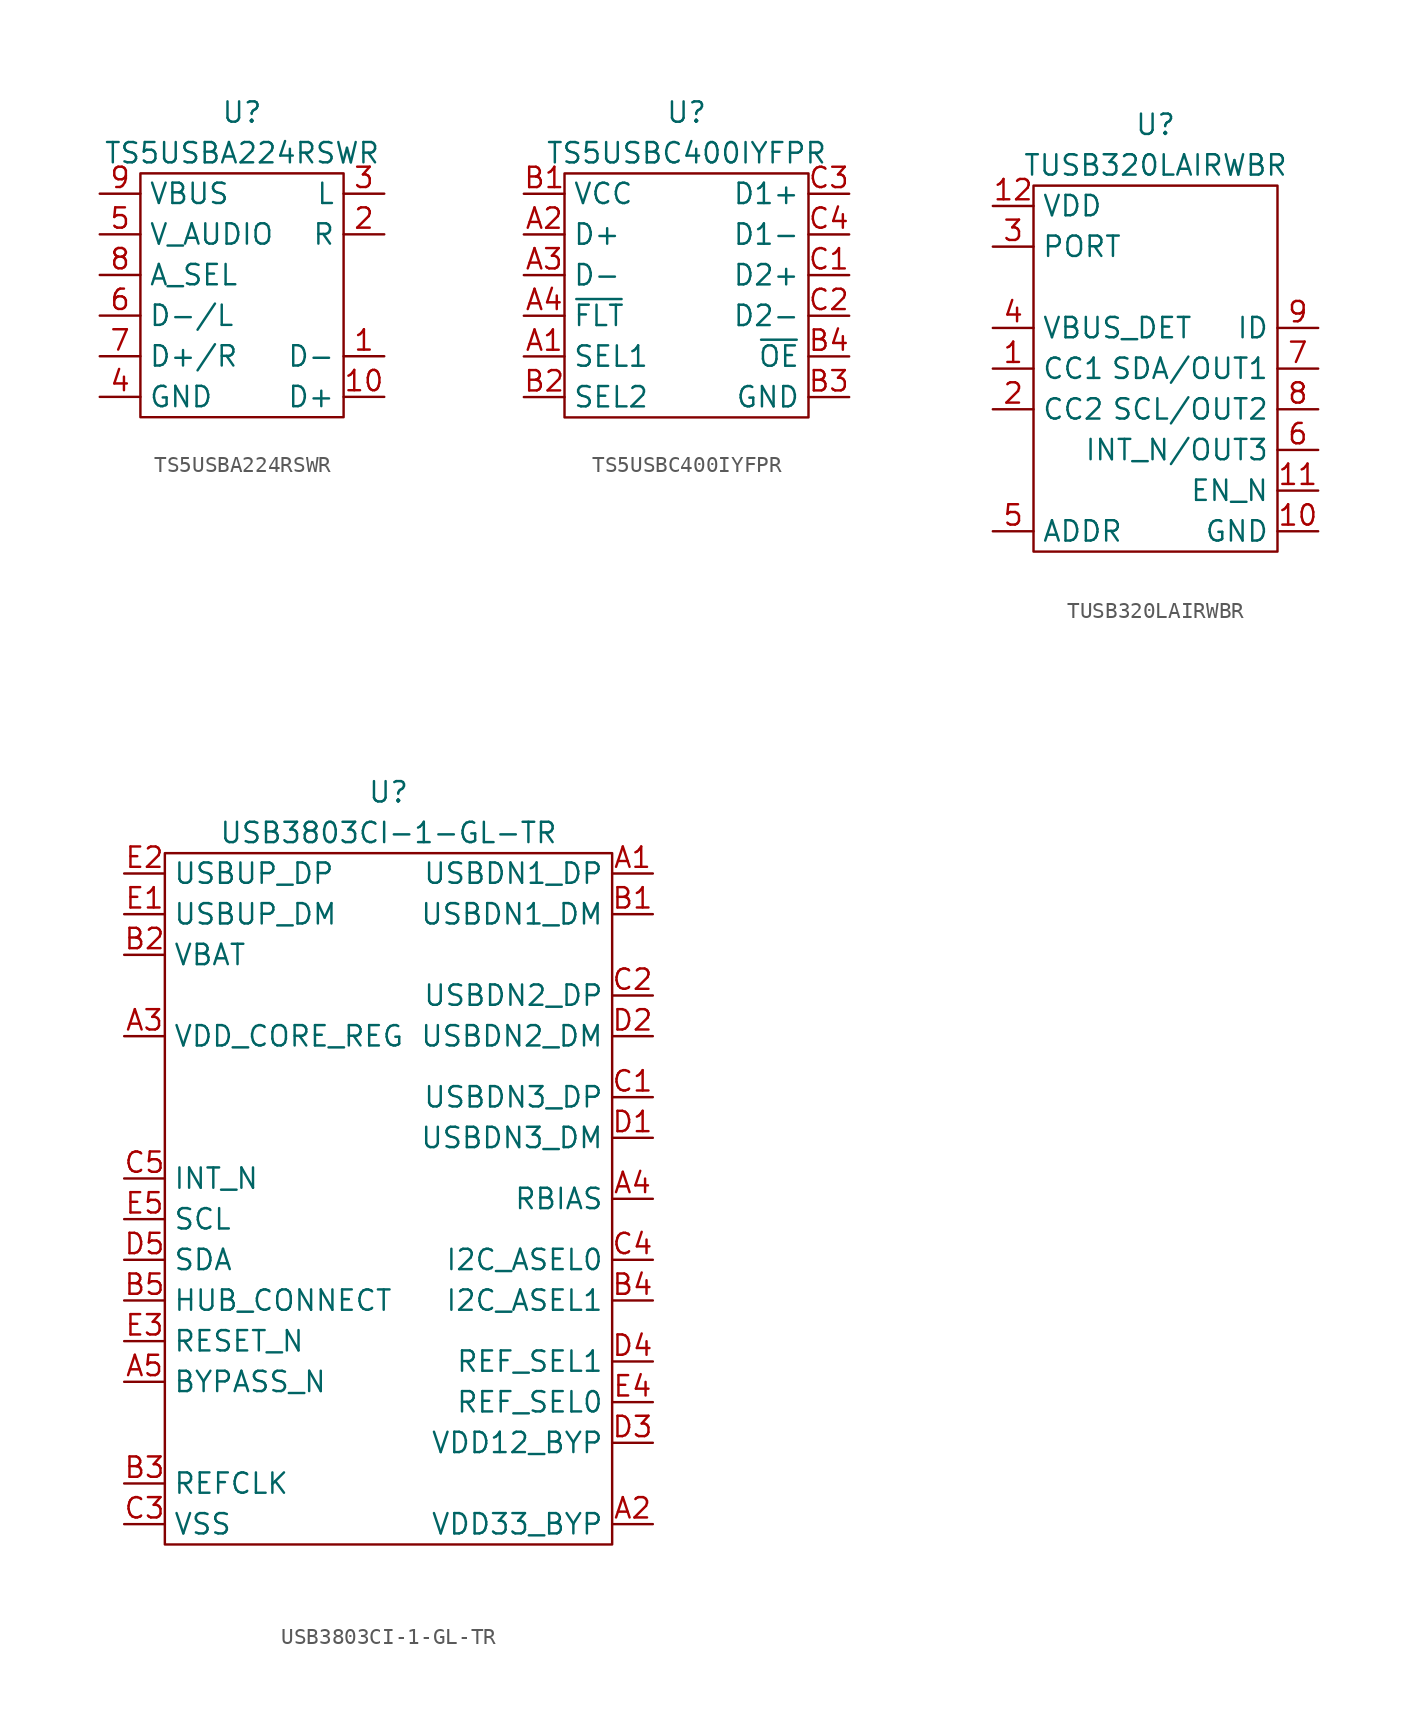
<source format=kicad_sym>
(kicad_symbol_lib
  (version 20220914)
  (generator kicad_symbol_editor)
  (symbol "TS5USBA224RSWR"
    (property "Reference" "U"
      (at 0 11.43 0)
      (effects (font (size 1.27 1.27))))
    (property "Value" "TS5USBA224RSWR"
      (at 0 8.89 0)
      (effects (font (size 1.27 1.27))))
    (symbol "TS5USBA224RSWR_0_0"
      (pin passive line (at 8.89 -3.81 180) (length 2.54) (name "D-" (effects (font (size 1.27 1.27)))) (number "1" (effects (font (size 1.27 1.27)))))
      (pin passive line (at 8.89 -6.35 180) (length 2.54) (name "D+" (effects (font (size 1.27 1.27)))) (number "10" (effects (font (size 1.27 1.27)))))
      (pin passive line (at 8.89 3.81 180) (length 2.54) (name "R" (effects (font (size 1.27 1.27)))) (number "2" (effects (font (size 1.27 1.27)))))
      (pin passive line (at 8.89 6.35 180) (length 2.54) (name "L" (effects (font (size 1.27 1.27)))) (number "3" (effects (font (size 1.27 1.27)))))
      (pin passive line (at -8.89 -6.35 0) (length 2.54) (name "GND" (effects (font (size 1.27 1.27)))) (number "4" (effects (font (size 1.27 1.27)))))
      (pin passive line (at -8.89 3.81 0) (length 2.54) (name "V_AUDIO" (effects (font (size 1.27 1.27)))) (number "5" (effects (font (size 1.27 1.27)))))
      (pin passive line (at -8.89 -1.27 0) (length 2.54) (name "D-/L" (effects (font (size 1.27 1.27)))) (number "6" (effects (font (size 1.27 1.27)))))
      (pin passive line (at -8.89 1.27 0) (length 2.54) (name "A_SEL" (effects (font (size 1.27 1.27)))) (number "8" (effects (font (size 1.27 1.27)))))
      (pin passive line (at -8.89 6.35 0) (length 2.54) (name "VBUS" (effects (font (size 1.27 1.27)))) (number "9" (effects (font (size 1.27 1.27))))))
    (symbol "TS5USBA224RSWR_0_1"
      (rectangle (start -6.35 7.62) (end 6.35 -7.62) (stroke (width 0) (type default)) (fill (type none))))
    (symbol "TS5USBA224RSWR_1_0"
      (pin passive line (at -8.89 -3.81 0) (length 2.54) (name "D+/R" (effects (font (size 1.27 1.27)))) (number "7" (effects (font (size 1.27 1.27)))))))
  (symbol "TS5USBC400IYFPR"
    (property "Reference" "U"
      (at 0 11.43 0)
      (effects (font (size 1.27 1.27))))
    (property "Value" "TS5USBC400IYFPR"
      (at 0 8.89 0)
      (effects (font (size 1.27 1.27))))
    (symbol "TS5USBC400IYFPR_0_0"
      (pin passive line (at -10.16 -3.81 0) (length 2.54) (name "SEL1" (effects (font (size 1.27 1.27)))) (number "A1" (effects (font (size 1.27 1.27)))))
      (pin passive line (at -10.16 3.81 0) (length 2.54) (name "D+" (effects (font (size 1.27 1.27)))) (number "A2" (effects (font (size 1.27 1.27)))))
      (pin passive line (at -10.16 1.27 0) (length 2.54) (name "D-" (effects (font (size 1.27 1.27)))) (number "A3" (effects (font (size 1.27 1.27)))))
      (pin passive line (at -10.16 -1.27 0) (length 2.54) (name "~{FLT}" (effects (font (size 1.27 1.27)))) (number "A4" (effects (font (size 1.27 1.27)))))
      (pin passive line (at -10.16 6.35 0) (length 2.54) (name "VCC" (effects (font (size 1.27 1.27)))) (number "B1" (effects (font (size 1.27 1.27)))))
      (pin passive line (at -10.16 -6.35 0) (length 2.54) (name "SEL2" (effects (font (size 1.27 1.27)))) (number "B2" (effects (font (size 1.27 1.27)))))
      (pin passive line (at 10.16 -6.35 180) (length 2.54) (name "GND" (effects (font (size 1.27 1.27)))) (number "B3" (effects (font (size 1.27 1.27)))))
      (pin passive line (at 10.16 -3.81 180) (length 2.54) (name "~{OE}" (effects (font (size 1.27 1.27)))) (number "B4" (effects (font (size 1.27 1.27)))))
      (pin passive line (at 10.16 1.27 180) (length 2.54) (name "D2+" (effects (font (size 1.27 1.27)))) (number "C1" (effects (font (size 1.27 1.27)))))
      (pin passive line (at 10.16 -1.27 180) (length 2.54) (name "D2-" (effects (font (size 1.27 1.27)))) (number "C2" (effects (font (size 1.27 1.27)))))
      (pin passive line (at 10.16 6.35 180) (length 2.54) (name "D1+" (effects (font (size 1.27 1.27)))) (number "C3" (effects (font (size 1.27 1.27)))))
      (pin passive line (at 10.16 3.81 180) (length 2.54) (name "D1-" (effects (font (size 1.27 1.27)))) (number "C4" (effects (font (size 1.27 1.27))))))
    (symbol "TS5USBC400IYFPR_0_1"
      (rectangle (start -7.62 7.62) (end 7.62 -7.62) (stroke (width 0) (type default)) (fill (type none)))))
  (symbol "TUSB320LAIRWBR"
    (property "Reference" "U"
      (at 0 15.24 0)
      (effects (font (size 1.27 1.27))))
    (property "Value" "TUSB320LAIRWBR"
      (at 0 12.7 0)
      (effects (font (size 1.27 1.27))))
    (symbol "TUSB320LAIRWBR_0_0"
      (pin bidirectional line (at -10.16 0 0) (length 2.54) (name "CC1" (effects (font (size 1.27 1.27)))) (number "1" (effects (font (size 1.27 1.27)))))
      (pin power_in line (at 10.16 -10.16 180) (length 2.54) (name "GND" (effects (font (size 1.27 1.27)))) (number "10" (effects (font (size 1.27 1.27)))))
      (pin input line (at 10.16 -7.62 180) (length 2.54) (name "EN_N" (effects (font (size 1.27 1.27)))) (number "11" (effects (font (size 1.27 1.27)))))
      (pin power_in line (at -10.16 10.16 0) (length 2.54) (name "VDD" (effects (font (size 1.27 1.27)))) (number "12" (effects (font (size 1.27 1.27)))))
      (pin bidirectional line (at -10.16 -2.54 0) (length 2.54) (name "CC2" (effects (font (size 1.27 1.27)))) (number "2" (effects (font (size 1.27 1.27)))))
      (pin input line (at -10.16 7.62 0) (length 2.54) (name "PORT" (effects (font (size 1.27 1.27)))) (number "3" (effects (font (size 1.27 1.27)))))
      (pin input line (at -10.16 2.54 0) (length 2.54) (name "VBUS_DET" (effects (font (size 1.27 1.27)))) (number "4" (effects (font (size 1.27 1.27)))))
      (pin input line (at -10.16 -10.16 0) (length 2.54) (name "ADDR" (effects (font (size 1.27 1.27)))) (number "5" (effects (font (size 1.27 1.27)))))
      (pin output line (at 10.16 -5.08 180) (length 2.54) (name "INT_N/OUT3" (effects (font (size 1.27 1.27)))) (number "6" (effects (font (size 1.27 1.27)))))
      (pin bidirectional line (at 10.16 0 180) (length 2.54) (name "SDA/OUT1" (effects (font (size 1.27 1.27)))) (number "7" (effects (font (size 1.27 1.27)))))
      (pin bidirectional line (at 10.16 -2.54 180) (length 2.54) (name "SCL/OUT2" (effects (font (size 1.27 1.27)))) (number "8" (effects (font (size 1.27 1.27)))))
      (pin output line (at 10.16 2.54 180) (length 2.54) (name "ID" (effects (font (size 1.27 1.27)))) (number "9" (effects (font (size 1.27 1.27))))))
    (symbol "TUSB320LAIRWBR_0_1"
      (rectangle (start -7.62 11.43) (end 7.62 -11.43) (stroke (width 0) (type default)) (fill (type none)))))
  (symbol "USB3803CI-1-GL-TR"
    (property "Reference" "U"
      (at 0 24.13 0)
      (effects (font (size 1.27 1.27))))
    (property "Value" "USB3803CI-1-GL-TR"
      (at 0 21.59 0)
      (effects (font (size 1.27 1.27))))
    (symbol "USB3803CI-1-GL-TR_0_0"
      (pin bidirectional line (at 16.51 19.05 180) (length 2.54) (name "USBDN1_DP" (effects (font (size 1.27 1.27)))) (number "A1" (effects (font (size 1.27 1.27)))))
      (pin power_out line (at 16.51 -21.59 180) (length 2.54) (name "VDD33_BYP" (effects (font (size 1.27 1.27)))) (number "A2" (effects (font (size 1.27 1.27)))))
      (pin power_in line (at -16.51 8.89 0) (length 2.54) (name "VDD_CORE_REG" (effects (font (size 1.27 1.27)))) (number "A3" (effects (font (size 1.27 1.27)))))
      (pin input line (at 16.51 -1.27 180) (length 2.54) (name "RBIAS" (effects (font (size 1.27 1.27)))) (number "A4" (effects (font (size 1.27 1.27)))))
      (pin input line (at -16.51 -12.7 0) (length 2.54) (name "BYPASS_N" (effects (font (size 1.27 1.27)))) (number "A5" (effects (font (size 1.27 1.27)))))
      (pin bidirectional line (at 16.51 16.51 180) (length 2.54) (name "USBDN1_DM" (effects (font (size 1.27 1.27)))) (number "B1" (effects (font (size 1.27 1.27)))))
      (pin power_in line (at -16.51 13.97 0) (length 2.54) (name "VBAT" (effects (font (size 1.27 1.27)))) (number "B2" (effects (font (size 1.27 1.27)))))
      (pin output line (at -16.51 -19.05 0) (length 2.54) (name "REFCLK" (effects (font (size 1.27 1.27)))) (number "B3" (effects (font (size 1.27 1.27)))))
      (pin input line (at 16.51 -7.62 180) (length 2.54) (name "I2C_ASEL1" (effects (font (size 1.27 1.27)))) (number "B4" (effects (font (size 1.27 1.27)))))
      (pin input line (at -16.51 -7.62 0) (length 2.54) (name "HUB_CONNECT" (effects (font (size 1.27 1.27)))) (number "B5" (effects (font (size 1.27 1.27)))))
      (pin bidirectional line (at 16.51 5.08 180) (length 2.54) (name "USBDN3_DP" (effects (font (size 1.27 1.27)))) (number "C1" (effects (font (size 1.27 1.27)))))
      (pin output line (at 16.51 11.43 180) (length 2.54) (name "USBDN2_DP" (effects (font (size 1.27 1.27)))) (number "C2" (effects (font (size 1.27 1.27)))))
      (pin power_in line (at -16.51 -21.59 0) (length 2.54) (name "VSS" (effects (font (size 1.27 1.27)))) (number "C3" (effects (font (size 1.27 1.27)))))
      (pin input line (at 16.51 -5.08 180) (length 2.54) (name "I2C_ASEL0" (effects (font (size 1.27 1.27)))) (number "C4" (effects (font (size 1.27 1.27)))))
      (pin output line (at -16.51 0 0) (length 2.54) (name "INT_N" (effects (font (size 1.27 1.27)))) (number "C5" (effects (font (size 1.27 1.27)))))
      (pin bidirectional line (at 16.51 2.54 180) (length 2.54) (name "USBDN3_DM" (effects (font (size 1.27 1.27)))) (number "D1" (effects (font (size 1.27 1.27)))))
      (pin bidirectional line (at 16.51 8.89 180) (length 2.54) (name "USBDN2_DM" (effects (font (size 1.27 1.27)))) (number "D2" (effects (font (size 1.27 1.27)))))
      (pin power_out line (at 16.51 -16.51 180) (length 2.54) (name "VDD12_BYP" (effects (font (size 1.27 1.27)))) (number "D3" (effects (font (size 1.27 1.27)))))
      (pin input line (at 16.51 -11.43 180) (length 2.54) (name "REF_SEL1" (effects (font (size 1.27 1.27)))) (number "D4" (effects (font (size 1.27 1.27)))))
      (pin bidirectional line (at -16.51 -5.08 0) (length 2.54) (name "SDA" (effects (font (size 1.27 1.27)))) (number "D5" (effects (font (size 1.27 1.27)))))
      (pin bidirectional line (at -16.51 16.51 0) (length 2.54) (name "USBUP_DM" (effects (font (size 1.27 1.27)))) (number "E1" (effects (font (size 1.27 1.27)))))
      (pin bidirectional line (at -16.51 19.05 0) (length 2.54) (name "USBUP_DP" (effects (font (size 1.27 1.27)))) (number "E2" (effects (font (size 1.27 1.27)))))
      (pin input line (at -16.51 -10.16 0) (length 2.54) (name "RESET_N" (effects (font (size 1.27 1.27)))) (number "E3" (effects (font (size 1.27 1.27)))))
      (pin input line (at 16.51 -13.97 180) (length 2.54) (name "REF_SEL0" (effects (font (size 1.27 1.27)))) (number "E4" (effects (font (size 1.27 1.27)))))
      (pin input line (at -16.51 -2.54 0) (length 2.54) (name "SCL" (effects (font (size 1.27 1.27)))) (number "E5" (effects (font (size 1.27 1.27))))))
    (symbol "USB3803CI-1-GL-TR_0_1"
      (rectangle (start -13.97 20.32) (end 13.97 -22.86) (stroke (width 0) (type default)) (fill (type none))))))
</source>
